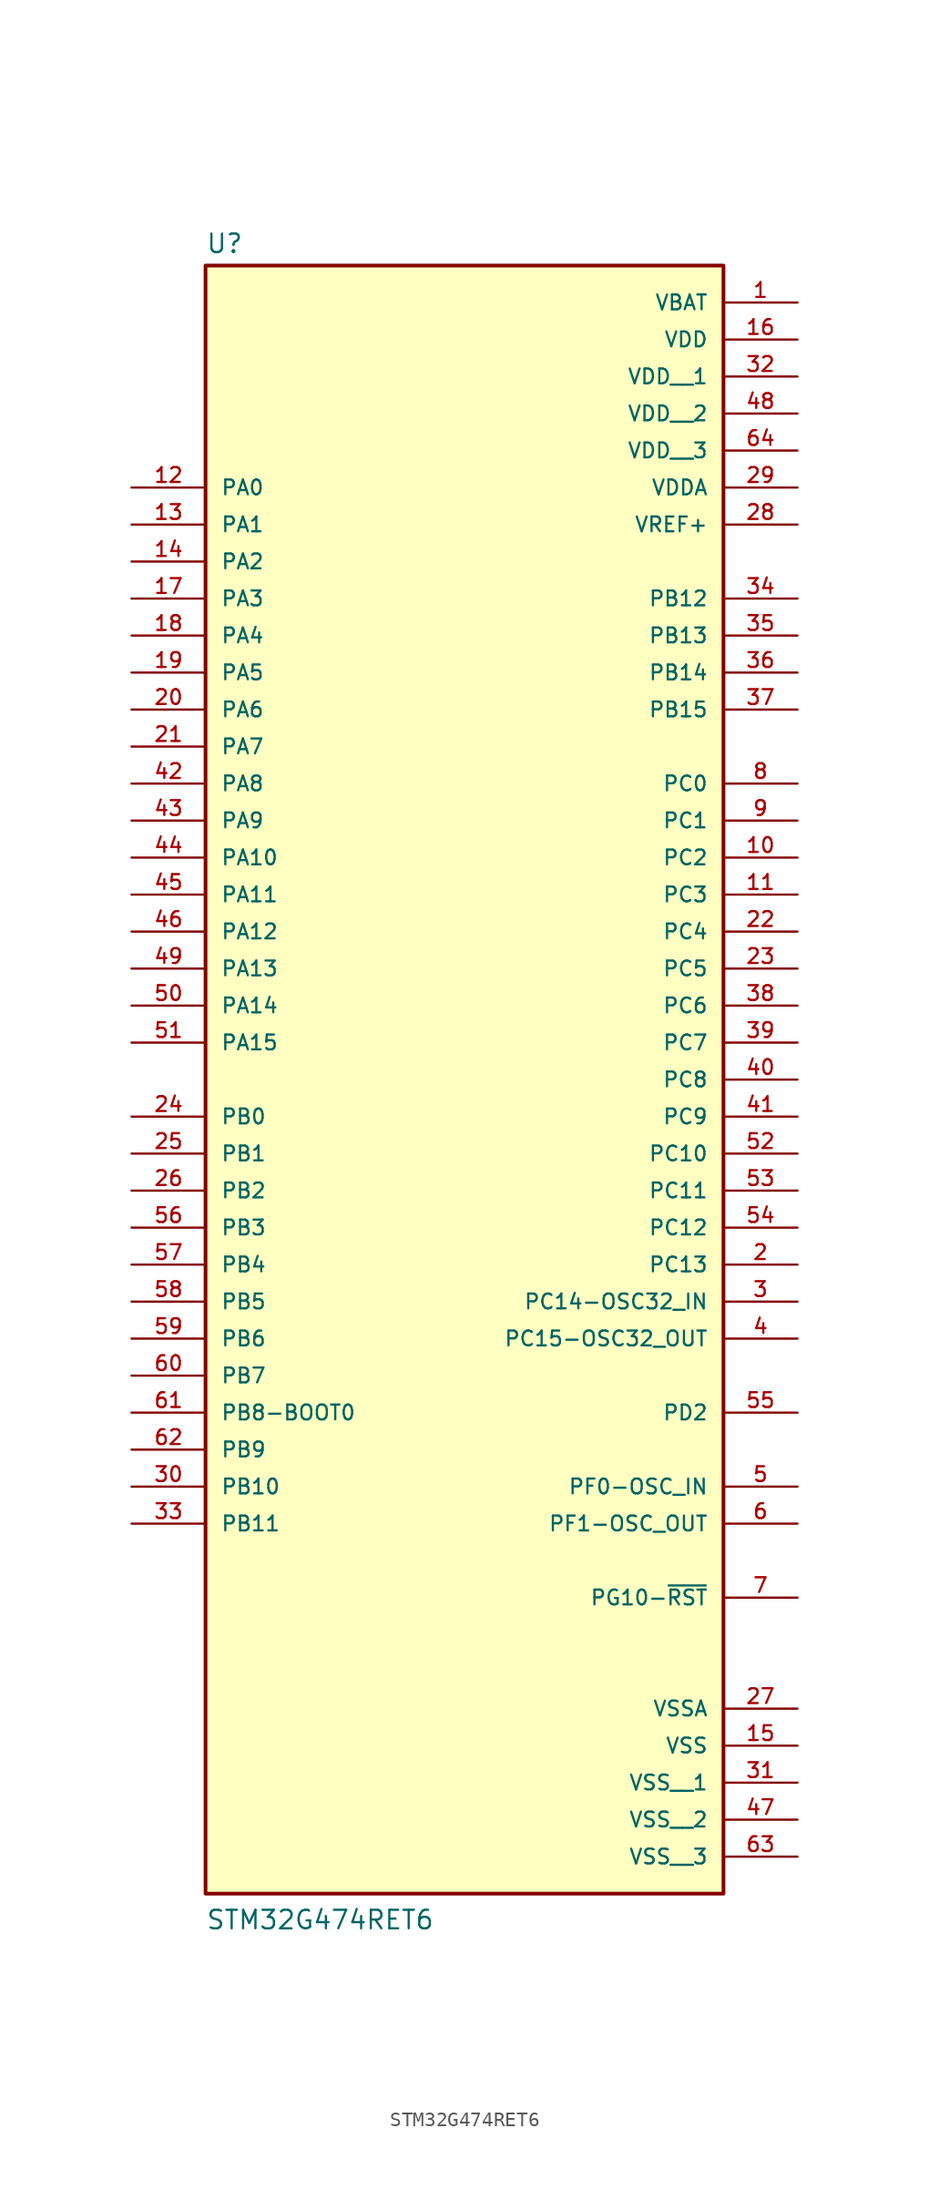
<source format=kicad_sym>
(kicad_symbol_lib
  (version 20211014)
  (generator kicad_symbol_editor)
  (symbol "STM32G474RET6"
    (pin_names
      (offset 1.016))
    (property "Reference" "U"
      (at -17.78 49.022 0)
      (effects (font (size 1.27 1.27)) (justify bottom left)))
    (property "Value" "STM32G474RET6"
      (at -17.78 -66.04 0)
      (effects (font (size 1.27 1.27)) (justify bottom left)))
    (symbol "STM32G474RET6_0_0"
      (rectangle (start -17.78 -63.5) (end 17.78 48.26) (stroke (width 0.254)) (fill (type background)))
      (pin power_in line (at 22.86 45.72 180.0) (length 5.08) (name "VBAT" (effects (font (size 1.016 1.016)))) (number "1" (effects (font (size 1.016 1.016)))))
      (pin bidirectional line (at 22.86 -20.32 180.0) (length 5.08) (name "PC13" (effects (font (size 1.016 1.016)))) (number "2" (effects (font (size 1.016 1.016)))))
      (pin bidirectional line (at 22.86 -22.86 180.0) (length 5.08) (name "PC14-OSC32_IN" (effects (font (size 1.016 1.016)))) (number "3" (effects (font (size 1.016 1.016)))))
      (pin bidirectional line (at 22.86 -25.4 180.0) (length 5.08) (name "PC15-OSC32_OUT" (effects (font (size 1.016 1.016)))) (number "4" (effects (font (size 1.016 1.016)))))
      (pin bidirectional line (at 22.86 -35.56 180.0) (length 5.08) (name "PF0-OSC_IN" (effects (font (size 1.016 1.016)))) (number "5" (effects (font (size 1.016 1.016)))))
      (pin bidirectional line (at 22.86 -38.1 180.0) (length 5.08) (name "PF1-OSC_OUT" (effects (font (size 1.016 1.016)))) (number "6" (effects (font (size 1.016 1.016)))))
      (pin bidirectional line (at 22.86 -43.18 180.0) (length 5.08) (name "PG10-~{RST}" (effects (font (size 1.016 1.016)))) (number "7" (effects (font (size 1.016 1.016)))))
      (pin bidirectional line (at 22.86 12.7 180.0) (length 5.08) (name "PC0" (effects (font (size 1.016 1.016)))) (number "8" (effects (font (size 1.016 1.016)))))
      (pin bidirectional line (at 22.86 10.16 180.0) (length 5.08) (name "PC1" (effects (font (size 1.016 1.016)))) (number "9" (effects (font (size 1.016 1.016)))))
      (pin bidirectional line (at 22.86 7.62 180.0) (length 5.08) (name "PC2" (effects (font (size 1.016 1.016)))) (number "10" (effects (font (size 1.016 1.016)))))
      (pin bidirectional line (at 22.86 5.08 180.0) (length 5.08) (name "PC3" (effects (font (size 1.016 1.016)))) (number "11" (effects (font (size 1.016 1.016)))))
      (pin power_in line (at 22.86 -50.8 180.0) (length 5.08) (name "VSSA" (effects (font (size 1.016 1.016)))) (number "27" (effects (font (size 1.016 1.016)))))
      (pin power_in line (at 22.86 30.48 180.0) (length 5.08) (name "VREF+" (effects (font (size 1.016 1.016)))) (number "28" (effects (font (size 1.016 1.016)))))
      (pin bidirectional line (at -22.86 33.02 0) (length 5.08) (name "PA0" (effects (font (size 1.016 1.016)))) (number "12" (effects (font (size 1.016 1.016)))))
      (pin bidirectional line (at -22.86 30.48 0) (length 5.08) (name "PA1" (effects (font (size 1.016 1.016)))) (number "13" (effects (font (size 1.016 1.016)))))
      (pin bidirectional line (at -22.86 27.94 0) (length 5.08) (name "PA2" (effects (font (size 1.016 1.016)))) (number "14" (effects (font (size 1.016 1.016)))))
      (pin bidirectional line (at -22.86 25.4 0) (length 5.08) (name "PA3" (effects (font (size 1.016 1.016)))) (number "17" (effects (font (size 1.016 1.016)))))
      (pin power_in line (at 22.86 -53.34 180.0) (length 5.08) (name "VSS" (effects (font (size 1.016 1.016)))) (number "15" (effects (font (size 1.016 1.016)))))
      (pin power_in line (at 22.86 43.18 180.0) (length 5.08) (name "VDD" (effects (font (size 1.016 1.016)))) (number "16" (effects (font (size 1.016 1.016)))))
      (pin bidirectional line (at -22.86 22.86 0) (length 5.08) (name "PA4" (effects (font (size 1.016 1.016)))) (number "18" (effects (font (size 1.016 1.016)))))
      (pin bidirectional line (at -22.86 20.32 0) (length 5.08) (name "PA5" (effects (font (size 1.016 1.016)))) (number "19" (effects (font (size 1.016 1.016)))))
      (pin bidirectional line (at -22.86 17.78 0) (length 5.08) (name "PA6" (effects (font (size 1.016 1.016)))) (number "20" (effects (font (size 1.016 1.016)))))
      (pin bidirectional line (at -22.86 15.24 0) (length 5.08) (name "PA7" (effects (font (size 1.016 1.016)))) (number "21" (effects (font (size 1.016 1.016)))))
      (pin bidirectional line (at 22.86 2.54 180.0) (length 5.08) (name "PC4" (effects (font (size 1.016 1.016)))) (number "22" (effects (font (size 1.016 1.016)))))
      (pin bidirectional line (at 22.86 0.0 180.0) (length 5.08) (name "PC5" (effects (font (size 1.016 1.016)))) (number "23" (effects (font (size 1.016 1.016)))))
      (pin bidirectional line (at -22.86 -10.16 0) (length 5.08) (name "PB0" (effects (font (size 1.016 1.016)))) (number "24" (effects (font (size 1.016 1.016)))))
      (pin bidirectional line (at -22.86 -12.7 0) (length 5.08) (name "PB1" (effects (font (size 1.016 1.016)))) (number "25" (effects (font (size 1.016 1.016)))))
      (pin bidirectional line (at -22.86 -15.24 0) (length 5.08) (name "PB2" (effects (font (size 1.016 1.016)))) (number "26" (effects (font (size 1.016 1.016)))))
      (pin bidirectional line (at -22.86 -35.56 0) (length 5.08) (name "PB10" (effects (font (size 1.016 1.016)))) (number "30" (effects (font (size 1.016 1.016)))))
      (pin bidirectional line (at 22.86 25.4 180.0) (length 5.08) (name "PB12" (effects (font (size 1.016 1.016)))) (number "34" (effects (font (size 1.016 1.016)))))
      (pin bidirectional line (at 22.86 22.86 180.0) (length 5.08) (name "PB13" (effects (font (size 1.016 1.016)))) (number "35" (effects (font (size 1.016 1.016)))))
      (pin bidirectional line (at 22.86 20.32 180.0) (length 5.08) (name "PB14" (effects (font (size 1.016 1.016)))) (number "36" (effects (font (size 1.016 1.016)))))
      (pin bidirectional line (at 22.86 17.78 180.0) (length 5.08) (name "PB15" (effects (font (size 1.016 1.016)))) (number "37" (effects (font (size 1.016 1.016)))))
      (pin bidirectional line (at 22.86 -2.54 180.0) (length 5.08) (name "PC6" (effects (font (size 1.016 1.016)))) (number "38" (effects (font (size 1.016 1.016)))))
      (pin bidirectional line (at 22.86 -5.08 180.0) (length 5.08) (name "PC7" (effects (font (size 1.016 1.016)))) (number "39" (effects (font (size 1.016 1.016)))))
      (pin bidirectional line (at 22.86 -7.62 180.0) (length 5.08) (name "PC8" (effects (font (size 1.016 1.016)))) (number "40" (effects (font (size 1.016 1.016)))))
      (pin bidirectional line (at 22.86 -10.16 180.0) (length 5.08) (name "PC9" (effects (font (size 1.016 1.016)))) (number "41" (effects (font (size 1.016 1.016)))))
      (pin bidirectional line (at -22.86 12.7 0) (length 5.08) (name "PA8" (effects (font (size 1.016 1.016)))) (number "42" (effects (font (size 1.016 1.016)))))
      (pin bidirectional line (at -22.86 10.16 0) (length 5.08) (name "PA9" (effects (font (size 1.016 1.016)))) (number "43" (effects (font (size 1.016 1.016)))))
      (pin bidirectional line (at -22.86 7.62 0) (length 5.08) (name "PA10" (effects (font (size 1.016 1.016)))) (number "44" (effects (font (size 1.016 1.016)))))
      (pin bidirectional line (at -22.86 5.08 0) (length 5.08) (name "PA11" (effects (font (size 1.016 1.016)))) (number "45" (effects (font (size 1.016 1.016)))))
      (pin bidirectional line (at -22.86 2.54 0) (length 5.08) (name "PA12" (effects (font (size 1.016 1.016)))) (number "46" (effects (font (size 1.016 1.016)))))
      (pin bidirectional line (at -22.86 0.0 0) (length 5.08) (name "PA13" (effects (font (size 1.016 1.016)))) (number "49" (effects (font (size 1.016 1.016)))))
      (pin bidirectional line (at -22.86 -2.54 0) (length 5.08) (name "PA14" (effects (font (size 1.016 1.016)))) (number "50" (effects (font (size 1.016 1.016)))))
      (pin bidirectional line (at -22.86 -5.08 0) (length 5.08) (name "PA15" (effects (font (size 1.016 1.016)))) (number "51" (effects (font (size 1.016 1.016)))))
      (pin bidirectional line (at 22.86 -12.7 180.0) (length 5.08) (name "PC10" (effects (font (size 1.016 1.016)))) (number "52" (effects (font (size 1.016 1.016)))))
      (pin bidirectional line (at 22.86 -15.24 180.0) (length 5.08) (name "PC11" (effects (font (size 1.016 1.016)))) (number "53" (effects (font (size 1.016 1.016)))))
      (pin bidirectional line (at 22.86 -17.78 180.0) (length 5.08) (name "PC12" (effects (font (size 1.016 1.016)))) (number "54" (effects (font (size 1.016 1.016)))))
      (pin bidirectional line (at 22.86 -30.48 180.0) (length 5.08) (name "PD2" (effects (font (size 1.016 1.016)))) (number "55" (effects (font (size 1.016 1.016)))))
      (pin bidirectional line (at -22.86 -17.78 0) (length 5.08) (name "PB3" (effects (font (size 1.016 1.016)))) (number "56" (effects (font (size 1.016 1.016)))))
      (pin bidirectional line (at -22.86 -20.32 0) (length 5.08) (name "PB4" (effects (font (size 1.016 1.016)))) (number "57" (effects (font (size 1.016 1.016)))))
      (pin bidirectional line (at -22.86 -22.86 0) (length 5.08) (name "PB5" (effects (font (size 1.016 1.016)))) (number "58" (effects (font (size 1.016 1.016)))))
      (pin bidirectional line (at -22.86 -25.4 0) (length 5.08) (name "PB6" (effects (font (size 1.016 1.016)))) (number "59" (effects (font (size 1.016 1.016)))))
      (pin bidirectional line (at -22.86 -27.94 0) (length 5.08) (name "PB7" (effects (font (size 1.016 1.016)))) (number "60" (effects (font (size 1.016 1.016)))))
      (pin bidirectional line (at -22.86 -30.48 0) (length 5.08) (name "PB8-BOOT0" (effects (font (size 1.016 1.016)))) (number "61" (effects (font (size 1.016 1.016)))))
      (pin bidirectional line (at -22.86 -33.02 0) (length 5.08) (name "PB9" (effects (font (size 1.016 1.016)))) (number "62" (effects (font (size 1.016 1.016)))))
      (pin power_in line (at 22.86 33.02 180.0) (length 5.08) (name "VDDA" (effects (font (size 1.016 1.016)))) (number "29" (effects (font (size 1.016 1.016)))))
      (pin bidirectional line (at -22.86 -38.1 0) (length 5.08) (name "PB11" (effects (font (size 1.016 1.016)))) (number "33" (effects (font (size 1.016 1.016)))))
      (pin power_in line (at 22.86 40.64 180.0) (length 5.08) (name "VDD__1" (effects (font (size 1.016 1.016)))) (number "32" (effects (font (size 1.016 1.016)))))
      (pin power_in line (at 22.86 38.1 180.0) (length 5.08) (name "VDD__2" (effects (font (size 1.016 1.016)))) (number "48" (effects (font (size 1.016 1.016)))))
      (pin power_in line (at 22.86 35.56 180.0) (length 5.08) (name "VDD__3" (effects (font (size 1.016 1.016)))) (number "64" (effects (font (size 1.016 1.016)))))
      (pin power_in line (at 22.86 -55.88 180.0) (length 5.08) (name "VSS__1" (effects (font (size 1.016 1.016)))) (number "31" (effects (font (size 1.016 1.016)))))
      (pin power_in line (at 22.86 -58.42 180.0) (length 5.08) (name "VSS__2" (effects (font (size 1.016 1.016)))) (number "47" (effects (font (size 1.016 1.016)))))
      (pin power_in line (at 22.86 -60.96 180.0) (length 5.08) (name "VSS__3" (effects (font (size 1.016 1.016)))) (number "63" (effects (font (size 1.016 1.016))))))))
</source>
